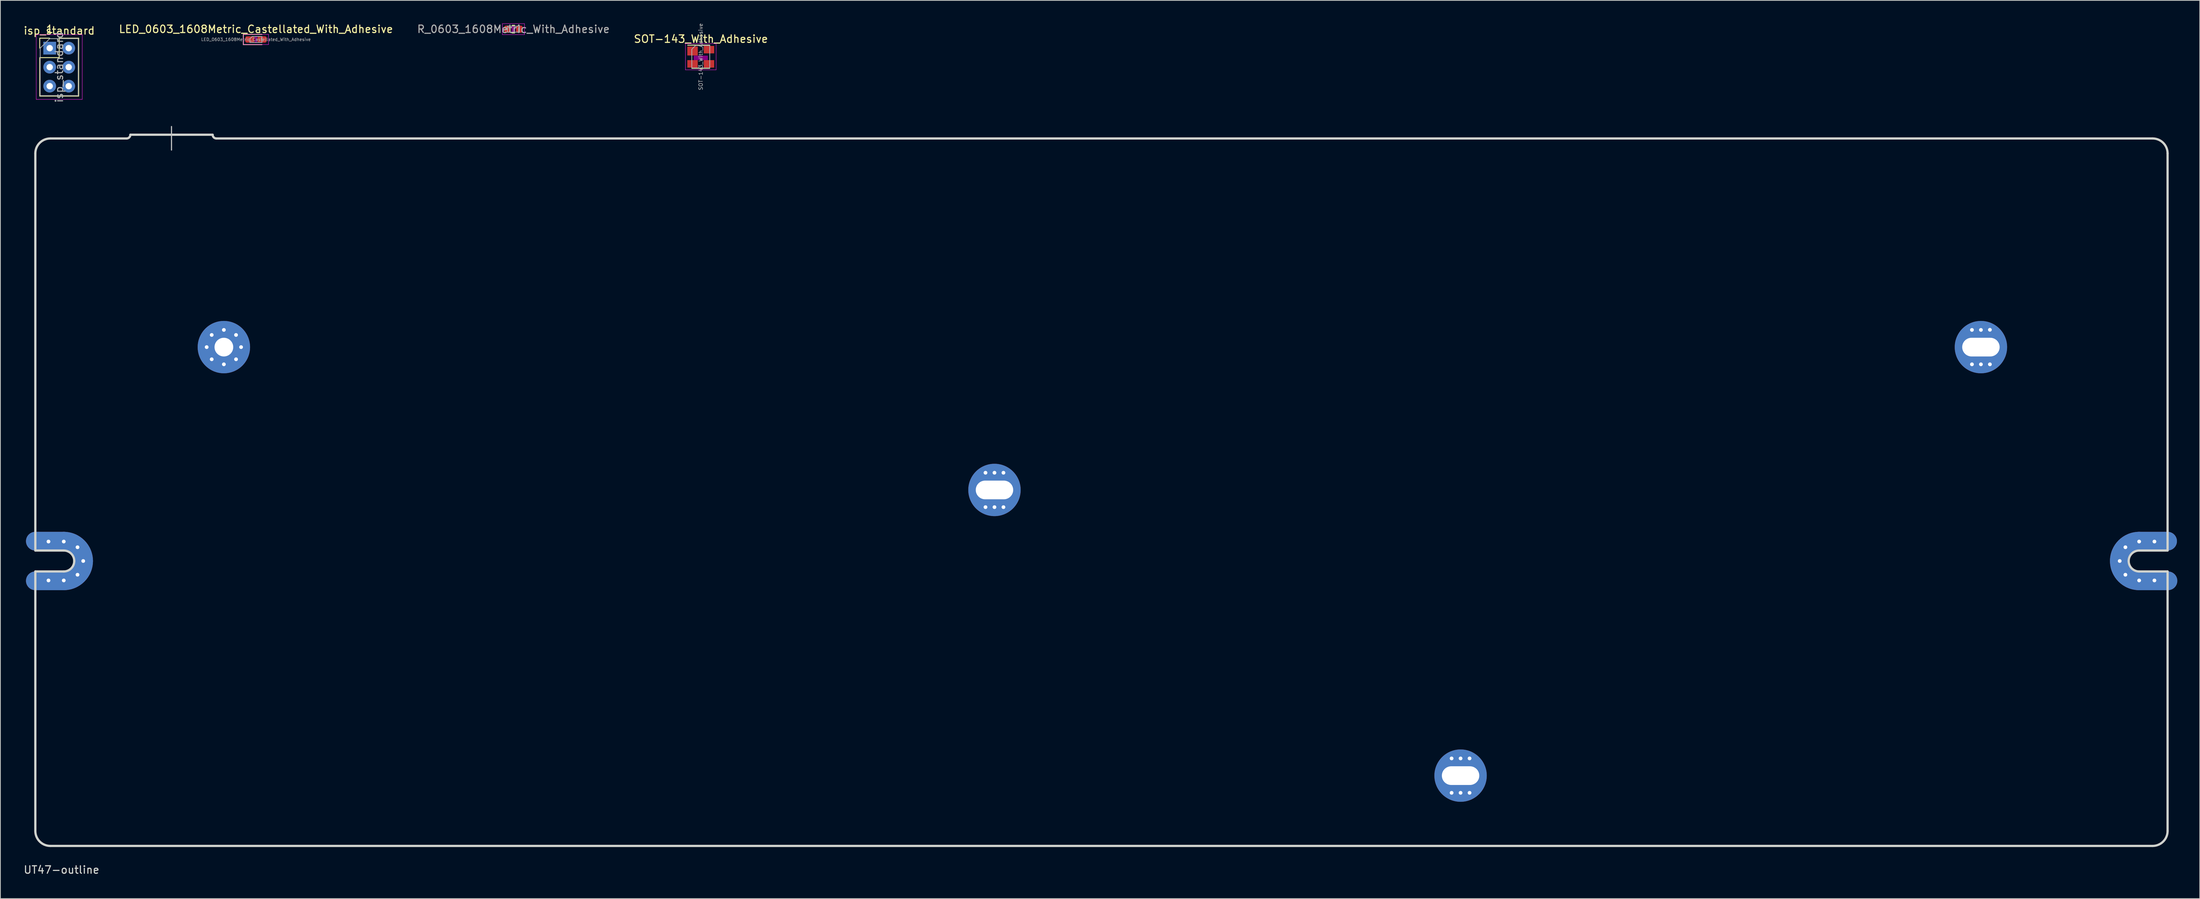
<source format=kicad_pcb>
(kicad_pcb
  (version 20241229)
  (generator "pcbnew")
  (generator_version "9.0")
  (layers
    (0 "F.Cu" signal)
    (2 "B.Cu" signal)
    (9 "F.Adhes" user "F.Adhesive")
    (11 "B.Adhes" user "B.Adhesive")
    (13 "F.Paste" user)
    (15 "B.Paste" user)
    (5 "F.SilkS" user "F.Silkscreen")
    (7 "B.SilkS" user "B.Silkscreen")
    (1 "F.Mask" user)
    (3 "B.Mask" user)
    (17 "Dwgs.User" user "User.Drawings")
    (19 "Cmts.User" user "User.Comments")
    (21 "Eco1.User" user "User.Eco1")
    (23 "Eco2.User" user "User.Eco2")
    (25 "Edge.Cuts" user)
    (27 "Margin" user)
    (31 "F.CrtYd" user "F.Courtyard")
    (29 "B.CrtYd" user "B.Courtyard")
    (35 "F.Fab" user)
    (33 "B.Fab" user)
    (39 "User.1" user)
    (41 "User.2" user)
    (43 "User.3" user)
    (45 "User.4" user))
  (footprint "SOT-143_With_Adhesive"
    (layer "F.Cu")
    (at 90.617 4.539)
    (property "Reference" "SOT-143_With_Adhesive" (at 0.02 -2.38 0) (layer "F.SilkS") (effects (font (size 1 1) (thickness 0.15))))
    (attr smd)
    (fp_line (start -1.2 1.55) (end 1.2 1.55) (stroke (width 0.12) (type solid)) (layer "F.SilkS"))
    (fp_line (start 1.2 -1.55) (end -1.75 -1.55) (stroke (width 0.12) (type solid)) (layer "F.SilkS"))
    (fp_poly (pts (xy -0.9 -0.1) (xy 0.9 -0.1) (xy 0.9 0.4) (xy -0.9 0.4)) (stroke (width 0.1) (type solid)) (fill yes) (layer "F.Adhes"))
    (fp_line (start -2.05 1.75) (end -2.05 -1.75) (stroke (width 0.05) (type solid)) (layer "F.CrtYd"))
    (fp_line (start -2.05 1.75) (end 2.05 1.75) (stroke (width 0.05) (type solid)) (layer "F.CrtYd"))
    (fp_line (start 2.05 -1.75) (end -2.05 -1.75) (stroke (width 0.05) (type solid)) (layer "F.CrtYd"))
    (fp_line (start 2.05 -1.75) (end 2.05 1.75) (stroke (width 0.05) (type solid)) (layer "F.CrtYd"))
    (fp_line (start -1.2 -1) (end -0.7 -1.5) (stroke (width 0.1) (type solid)) (layer "F.Fab"))
    (fp_line (start -1.2 1.5) (end -1.2 -1) (stroke (width 0.1) (type solid)) (layer "F.Fab"))
    (fp_line (start -0.7 -1.5) (end 1.2 -1.5) (stroke (width 0.1) (type solid)) (layer "F.Fab"))
    (fp_line (start 1.2 -1.5) (end 1.2 1.5) (stroke (width 0.1) (type solid)) (layer "F.Fab"))
    (fp_line (start 1.2 1.5) (end -1.2 1.5) (stroke (width 0.1) (type solid)) (layer "F.Fab"))
    (fp_text user "${REFERENCE}" (at 0 0 90) (layer "F.Fab") (effects (font (size 0.5 0.5) (thickness 0.075))))
    (pad "1" smd rect (at -1.1 -0.77 270) (size 1.2 1.4) (layers "F.Cu" "F.Mask" "F.Paste"))
    (pad "2" smd rect (at -1.1 0.95 270) (size 1 1.4) (layers "F.Cu" "F.Mask" "F.Paste"))
    (pad "3" smd rect (at 1.1 0.95 270) (size 1 1.4) (layers "F.Cu" "F.Mask" "F.Paste"))
    (pad "4" smd rect (at 1.1 -0.95 270) (size 1 1.4) (layers "F.Cu" "F.Mask" "F.Paste")))
  (footprint "isp_standard"
    (layer "F.Cu")
    (at 4.863 5.928)
    (property "Reference" "isp_standard" (at 0 -4.87 0) (layer "F.SilkS") (effects (font (size 1 1) (thickness 0.15))))
    (attr through_hole)
    (fp_line (start -2.6 -3.87) (end -1.27 -3.87) (stroke (width 0.12) (type solid)) (layer "F.SilkS"))
    (fp_line (start -2.6 -2.54) (end -2.6 -3.87) (stroke (width 0.12) (type solid)) (layer "F.SilkS"))
    (fp_line (start -2.6 -1.27) (end -2.6 3.87) (stroke (width 0.12) (type solid)) (layer "F.SilkS"))
    (fp_line (start -2.6 -1.27) (end 0 -1.27) (stroke (width 0.12) (type solid)) (layer "F.SilkS"))
    (fp_line (start -2.6 3.87) (end 2.6 3.87) (stroke (width 0.12) (type solid)) (layer "F.SilkS"))
    (fp_line (start 0 -3.87) (end 2.6 -3.87) (stroke (width 0.12) (type solid)) (layer "F.SilkS"))
    (fp_line (start 0 -1.27) (end 0 -3.87) (stroke (width 0.12) (type solid)) (layer "F.SilkS"))
    (fp_line (start 2.6 -3.87) (end 2.6 3.87) (stroke (width 0.12) (type solid)) (layer "F.SilkS"))
    (fp_line (start -3.07 -4.34) (end -3.07 4.31) (stroke (width 0.05) (type solid)) (layer "F.CrtYd"))
    (fp_line (start -3.07 4.31) (end 3.08 4.31) (stroke (width 0.05) (type solid)) (layer "F.CrtYd"))
    (fp_line (start 3.08 -4.34) (end -3.07 -4.34) (stroke (width 0.05) (type solid)) (layer "F.CrtYd"))
    (fp_line (start 3.08 4.31) (end 3.08 -4.34) (stroke (width 0.05) (type solid)) (layer "F.CrtYd"))
    (fp_line (start -2.54 -2.54) (end -1.27 -3.81) (stroke (width 0.1) (type solid)) (layer "F.Fab"))
    (fp_line (start -2.54 3.81) (end -2.54 -2.54) (stroke (width 0.1) (type solid)) (layer "F.Fab"))
    (fp_line (start -1.27 -3.81) (end 2.54 -3.81) (stroke (width 0.1) (type solid)) (layer "F.Fab"))
    (fp_line (start 2.54 -3.81) (end 2.54 3.81) (stroke (width 0.1) (type solid)) (layer "F.Fab"))
    (fp_line (start 2.54 3.81) (end -2.54 3.81) (stroke (width 0.1) (type solid)) (layer "F.Fab"))
    (fp_text user "1" (at -1.27 -5.08 0) (layer "F.SilkS") (effects (font (size 1 1) (thickness 0.15))))
    (fp_text user "${REFERENCE}" (at 0 0 90) (layer "F.Fab") (effects (font (size 1 1) (thickness 0.15))))
    (pad "1" thru_hole rect (at -1.27 -2.54) (size 1.7 1.7) (drill 0.85) (layers "*.Cu" "*.Mask"))
    (pad "2" thru_hole oval (at 1.27 -2.54) (size 1.7 1.7) (drill 0.85) (layers "*.Cu" "*.Mask"))
    (pad "3" thru_hole oval (at -1.27 0) (size 1.7 1.7) (drill 0.85) (layers "*.Cu" "*.Mask"))
    (pad "4" thru_hole oval (at 1.27 0) (size 1.7 1.7) (drill 0.85) (layers "*.Cu" "*.Mask"))
    (pad "5" thru_hole oval (at -1.27 2.54) (size 1.7 1.7) (drill 0.85) (layers "*.Cu" "*.Mask"))
    (pad "6" thru_hole oval (at 1.27 2.54) (size 1.7 1.7) (drill 0.85) (layers "*.Cu" "*.Mask")))
  (footprint "R_0603_1608Metric_With_Adhesive"
    (layer "F.Cu")
    (at 65.577 0.848)
    (property "Reference" "R_0603_1608Metric_With_Adhesive" (at 0 0 0) (layer "F.Fab") (effects (font (size 1 1) (thickness 0.15))))
    (attr smd)
    (fp_line (start -0.163 -0.51) (end 0.163 -0.51) (stroke (width 0.12) (type solid)) (layer "F.SilkS"))
    (fp_line (start -0.163 0.51) (end 0.163 0.51) (stroke (width 0.12) (type solid)) (layer "F.SilkS"))
    (fp_poly (pts (xy -0.2 -0.4) (xy 0.2 -0.4) (xy 0.2 0.4) (xy -0.2 0.4)) (stroke (width 0.1) (type solid)) (fill yes) (layer "F.Adhes"))
    (fp_line (start -1.48 -0.73) (end 1.48 -0.73) (stroke (width 0.05) (type solid)) (layer "F.CrtYd"))
    (fp_line (start -1.48 0.73) (end -1.48 -0.73) (stroke (width 0.05) (type solid)) (layer "F.CrtYd"))
    (fp_line (start 1.48 -0.73) (end 1.48 0.73) (stroke (width 0.05) (type solid)) (layer "F.CrtYd"))
    (fp_line (start 1.48 0.73) (end -1.48 0.73) (stroke (width 0.05) (type solid)) (layer "F.CrtYd"))
    (fp_line (start -0.8 -0.4) (end 0.8 -0.4) (stroke (width 0.1) (type solid)) (layer "F.Fab"))
    (fp_line (start -0.8 0.4) (end -0.8 -0.4) (stroke (width 0.1) (type solid)) (layer "F.Fab"))
    (fp_line (start 0.8 -0.4) (end 0.8 0.4) (stroke (width 0.1) (type solid)) (layer "F.Fab"))
    (fp_line (start 0.8 0.4) (end -0.8 0.4) (stroke (width 0.1) (type solid)) (layer "F.Fab"))
    (pad "1" smd roundrect (at -0.787 0) (size 0.875 0.95) (layers "F.Cu" "F.Mask" "F.Paste") (roundrect_rratio 0.25))
    (pad "2" smd roundrect (at 0.787 0) (size 0.875 0.95) (layers "F.Cu" "F.Mask" "F.Paste") (roundrect_rratio 0.25)))
  (footprint "LED_0603_1608Metric_Castellated_With_Adhesive"
    (layer "F.Cu")
    (at 31.161 2.228)
    (property "Reference" "LED_0603_1608Metric_Castellated_With_Adhesive" (at 0 -1.38 0) (layer "F.SilkS") (effects (font (size 1 1) (thickness 0.15))))
    (attr smd)
    (fp_line (start -1.685 -0.685) (end -1.685 0.685) (stroke (width 0.12) (type solid)) (layer "F.SilkS"))
    (fp_line (start -1.685 0.685) (end 0.8 0.685) (stroke (width 0.12) (type solid)) (layer "F.SilkS"))
    (fp_line (start 0.8 -0.685) (end -1.685 -0.685) (stroke (width 0.12) (type solid)) (layer "F.SilkS"))
    (fp_poly (pts (xy -0.1 -0.4) (xy 0.1 -0.4) (xy 0.1 0.4) (xy -0.1 0.4)) (stroke (width 0.1) (type solid)) (fill yes) (layer "F.Adhes"))
    (fp_line (start -1.68 -0.68) (end 1.68 -0.68) (stroke (width 0.05) (type solid)) (layer "F.CrtYd"))
    (fp_line (start -1.68 0.68) (end -1.68 -0.68) (stroke (width 0.05) (type solid)) (layer "F.CrtYd"))
    (fp_line (start 1.68 -0.68) (end 1.68 0.68) (stroke (width 0.05) (type solid)) (layer "F.CrtYd"))
    (fp_line (start 1.68 0.68) (end -1.68 0.68) (stroke (width 0.05) (type solid)) (layer "F.CrtYd"))
    (fp_line (start -0.8 -0.1) (end -0.8 0.4) (stroke (width 0.1) (type solid)) (layer "F.Fab"))
    (fp_line (start -0.8 0.4) (end 0.8 0.4) (stroke (width 0.1) (type solid)) (layer "F.Fab"))
    (fp_line (start -0.5 -0.4) (end -0.8 -0.1) (stroke (width 0.1) (type solid)) (layer "F.Fab"))
    (fp_line (start 0.8 -0.4) (end -0.5 -0.4) (stroke (width 0.1) (type solid)) (layer "F.Fab"))
    (fp_line (start 0.8 0.4) (end 0.8 -0.4) (stroke (width 0.1) (type solid)) (layer "F.Fab"))
    (fp_text user "${REFERENCE}" (at 0 0 0) (layer "F.Fab") (effects (font (size 0.4 0.4) (thickness 0.06))))
    (pad "1" smd roundrect (at -0.812 0) (size 1.225 0.85) (layers "F.Cu" "F.Mask" "F.Paste") (roundrect_rratio 0.25))
    (pad "2" smd roundrect (at 0.812 0) (size 1.225 0.85) (layers "F.Cu" "F.Mask" "F.Paste") (roundrect_rratio 0.25)))
  (footprint "UT47-outline"
    (layer "F.Cu")
    (at 144.173 62.766)
    (property "Reference" "UT47-outline" (at -139 50.5 0) (layer "Edge.Cuts") (effects (font (size 1 1) (thickness 0.15))))
    (attr through_hole)
    (fp_line (start -142.5 6.549) (end -138.7 6.549) (stroke (width 2.502) (type solid)) (layer "F.Cu"))
    (fp_line (start -142.5 11.851) (end -138.7 11.851) (stroke (width 2.502) (type solid)) (layer "F.Cu"))
    (fp_line (start 138.7 6.549) (end 142.5 6.549) (stroke (width 2.502) (type solid)) (layer "F.Cu"))
    (fp_line (start 138.7 11.851) (end 142.55 11.851) (stroke (width 2.502) (type solid)) (layer "F.Cu"))
    (fp_arc (start -138.7 6.54905) (mid -136.825495 7.325495) (end -136.04905 9.2) (stroke (width 2.5019) (type solid)) (layer "F.Cu"))
    (fp_arc (start -136.04905 9.2) (mid -136.825495 11.074505) (end -138.7 11.85095) (stroke (width 2.5019) (type solid)) (layer "F.Cu"))
    (fp_arc (start 136.04905 9.2) (mid 136.825495 7.325495) (end 138.7 6.54905) (stroke (width 2.5019) (type solid)) (layer "F.Cu"))
    (fp_arc (start 138.7 11.85095) (mid 136.825495 11.074505) (end 136.04905 9.2) (stroke (width 2.5019) (type solid)) (layer "F.Cu"))
    (fp_line (start -142.5 6.549) (end -138.7 6.549) (stroke (width 2.502) (type solid)) (layer "F.Mask"))
    (fp_line (start -142.5 11.851) (end -138.7 11.851) (stroke (width 2.502) (type solid)) (layer "F.Mask"))
    (fp_line (start 138.7 6.549) (end 142.5 6.549) (stroke (width 2.502) (type solid)) (layer "F.Mask"))
    (fp_line (start 138.7 11.851) (end 142.55 11.851) (stroke (width 2.502) (type solid)) (layer "F.Mask"))
    (fp_arc (start -138.7 6.54905) (mid -136.825495 7.325495) (end -136.04905 9.2) (stroke (width 2.5019) (type solid)) (layer "F.Mask"))
    (fp_arc (start -136.04905 9.2) (mid -136.825495 11.074505) (end -138.7 11.85095) (stroke (width 2.5019) (type solid)) (layer "F.Mask"))
    (fp_arc (start 136.04905 9.2) (mid 136.825495 7.325495) (end 138.7 6.54905) (stroke (width 2.5019) (type solid)) (layer "F.Mask"))
    (fp_arc (start 138.7 11.85095) (mid 136.825495 11.074505) (end 136.04905 9.2) (stroke (width 2.5019) (type solid)) (layer "F.Mask"))
    (fp_line (start -142.5 6.549) (end -138.7 6.549) (stroke (width 2.502) (type solid)) (layer "B.Cu"))
    (fp_line (start -142.5 11.851) (end -138.7 11.851) (stroke (width 2.502) (type solid)) (layer "B.Cu"))
    (fp_line (start 138.7 6.549) (end 142.5 6.549) (stroke (width 2.502) (type solid)) (layer "B.Cu"))
    (fp_line (start 138.7 11.851) (end 142.55 11.851) (stroke (width 2.502) (type solid)) (layer "B.Cu"))
    (fp_arc (start -138.7 6.54905) (mid -136.825495 7.325495) (end -136.04905 9.2) (stroke (width 2.5019) (type solid)) (layer "B.Cu"))
    (fp_arc (start -136.04905 9.2) (mid -136.825495 11.074505) (end -138.7 11.85095) (stroke (width 2.5019) (type solid)) (layer "B.Cu"))
    (fp_arc (start 136.04905 9.2) (mid 136.825495 7.325495) (end 138.7 6.54905) (stroke (width 2.5019) (type solid)) (layer "B.Cu"))
    (fp_arc (start 138.7 11.85095) (mid 136.825495 11.074505) (end 136.04905 9.2) (stroke (width 2.5019) (type solid)) (layer "B.Cu"))
    (fp_line (start -142.5 6.549) (end -138.7 6.549) (stroke (width 2.502) (type solid)) (layer "B.Mask"))
    (fp_line (start -142.5 11.851) (end -138.7 11.851) (stroke (width 2.502) (type solid)) (layer "B.Mask"))
    (fp_line (start 138.7 6.549) (end 142.5 6.549) (stroke (width 2.502) (type solid)) (layer "B.Mask"))
    (fp_line (start 138.7 11.851) (end 142.55 11.851) (stroke (width 2.502) (type solid)) (layer "B.Mask"))
    (fp_arc (start -138.7 6.54905) (mid -136.825495 7.325495) (end -136.04905 9.2) (stroke (width 2.5019) (type solid)) (layer "B.Mask"))
    (fp_arc (start -136.04905 9.2) (mid -136.825495 11.074505) (end -138.7 11.85095) (stroke (width 2.5019) (type solid)) (layer "B.Mask"))
    (fp_arc (start 136.04905 9.2) (mid 136.825495 7.325495) (end 138.7 6.54905) (stroke (width 2.5019) (type solid)) (layer "B.Mask"))
    (fp_arc (start 138.7 11.85095) (mid 136.825495 11.074505) (end 136.04905 9.2) (stroke (width 2.5019) (type solid)) (layer "B.Mask"))
    (fp_line (start -124.3 -48.9) (end -124.3 -45.75) (stroke (width 0.15) (type solid)) (layer "Dwgs.User"))
    (fp_line (start -142.5 7.8) (end -142.5 -45.3) (stroke (width 0.3) (type solid)) (layer "Edge.Cuts"))
    (fp_line (start -142.5 10.6) (end -138.7 10.6) (stroke (width 0.3) (type solid)) (layer "Edge.Cuts"))
    (fp_line (start -142.5 45.3) (end -142.5 10.6) (stroke (width 0.3) (type solid)) (layer "Edge.Cuts"))
    (fp_line (start -140.5 -47.3) (end -130.3 -47.3) (stroke (width 0.3) (type solid)) (layer "Edge.Cuts"))
    (fp_line (start -140.5 47.3) (end 140.5 47.3) (stroke (width 0.3) (type solid)) (layer "Edge.Cuts"))
    (fp_line (start -138.7 7.8) (end -142.5 7.8) (stroke (width 0.3) (type solid)) (layer "Edge.Cuts"))
    (fp_line (start -129.8 -47.8) (end -118.8 -47.8) (stroke (width 0.3) (type solid)) (layer "Edge.Cuts"))
    (fp_line (start 138.7 7.8) (end 142.5 7.8) (stroke (width 0.3) (type solid)) (layer "Edge.Cuts"))
    (fp_line (start 138.7 10.6) (end 142.5 10.6) (stroke (width 0.3) (type solid)) (layer "Edge.Cuts"))
    (fp_line (start 140.5 -47.3) (end -118.3 -47.3) (stroke (width 0.3) (type solid)) (layer "Edge.Cuts"))
    (fp_line (start 142.5 7.8) (end 142.5 -45.3) (stroke (width 0.3) (type solid)) (layer "Edge.Cuts"))
    (fp_line (start 142.5 10.6) (end 142.5 45.3) (stroke (width 0.3) (type solid)) (layer "Edge.Cuts"))
    (fp_arc (start -142.5 -45.3) (mid -141.914214 -46.714214) (end -140.5 -47.3) (stroke (width 0.3) (type solid)) (layer "Edge.Cuts"))
    (fp_arc (start -140.5 47.3) (mid -141.914214 46.714214) (end -142.5 45.3) (stroke (width 0.3) (type solid)) (layer "Edge.Cuts"))
    (fp_arc (start -138.7 7.8) (mid -137.710051 8.210051) (end -137.3 9.2) (stroke (width 0.3) (type solid)) (layer "Edge.Cuts"))
    (fp_arc (start -137.3 9.2) (mid -137.710051 10.189949) (end -138.7 10.6) (stroke (width 0.3) (type solid)) (layer "Edge.Cuts"))
    (fp_arc (start -129.8 -47.8) (mid -129.946447 -47.446447) (end -130.3 -47.3) (stroke (width 0.3) (type solid)) (layer "Edge.Cuts"))
    (fp_arc (start -118.3 -47.3) (mid -118.653553 -47.446447) (end -118.8 -47.8) (stroke (width 0.3) (type solid)) (layer "Edge.Cuts"))
    (fp_arc (start 137.3 9.2) (mid 137.710051 8.210051) (end 138.7 7.8) (stroke (width 0.3) (type solid)) (layer "Edge.Cuts"))
    (fp_arc (start 138.7 10.6) (mid 137.710051 10.189949) (end 137.3 9.2) (stroke (width 0.3) (type solid)) (layer "Edge.Cuts"))
    (fp_arc (start 140.5 -47.3) (mid 141.914214 -46.714214) (end 142.5 -45.3) (stroke (width 0.3) (type solid)) (layer "Edge.Cuts"))
    (fp_arc (start 142.5 45.3) (mid 141.914214 46.714214) (end 140.5 47.3) (stroke (width 0.3) (type solid)) (layer "Edge.Cuts"))
    (pad "1" thru_hole circle (at -140.742 6.6) (size 1 1) (drill 0.5) (layers "*.Cu" "*.Mask"))
    (pad "1" thru_hole circle (at -140.742 11.8) (size 1 1) (drill 0.5) (layers "*.Cu" "*.Mask"))
    (pad "1" thru_hole circle (at -138.7 6.6) (size 1 1) (drill 0.5) (layers "*.Cu" "*.Mask"))
    (pad "1" thru_hole circle (at -138.7 11.8) (size 1 1) (drill 0.5) (layers "*.Cu" "*.Mask"))
    (pad "1" thru_hole circle (at -136.862 7.362) (size 1 1) (drill 0.5) (layers "*.Cu" "*.Mask"))
    (pad "1" thru_hole circle (at -136.862 11.038) (size 1 1) (drill 0.5) (layers "*.Cu" "*.Mask"))
    (pad "1" thru_hole circle (at -136.1 9.2) (size 1 1) (drill 0.5) (layers "*.Cu" "*.Mask"))
    (pad "1" thru_hole circle (at -119.6 -19.4) (size 1 1) (drill 0.5) (layers "*.Cu" "*.Mask"))
    (pad "1" thru_hole circle (at -118.926 -21.026) (size 1 1) (drill 0.5) (layers "*.Cu" "*.Mask"))
    (pad "1" thru_hole circle (at -118.926 -17.774) (size 1 1) (drill 0.5) (layers "*.Cu" "*.Mask"))
    (pad "1" thru_hole circle (at -117.3 -21.7) (size 1 1) (drill 0.5) (layers "*.Cu" "*.Mask"))
    (pad "1" thru_hole circle (at -117.3 -19.4) (size 7.001 7.001) (drill 2.499) (layers "*.Cu" "*.Mask"))
    (pad "1" thru_hole circle (at -117.3 -17.1) (size 1 1) (drill 0.5) (layers "*.Cu" "*.Mask"))
    (pad "1" thru_hole circle (at -115.674 -21.026) (size 1 1) (drill 0.5) (layers "*.Cu" "*.Mask"))
    (pad "1" thru_hole circle (at -115.674 -17.774) (size 1 1) (drill 0.5) (layers "*.Cu" "*.Mask"))
    (pad "1" thru_hole circle (at -115 -19.4) (size 1 1) (drill 0.5) (layers "*.Cu" "*.Mask"))
    (pad "1" thru_hole circle (at -15.5 -2.6) (size 1 1) (drill 0.5) (layers "*.Cu" "*.Mask"))
    (pad "1" thru_hole circle (at -15.5 2) (size 1 1) (drill 0.5) (layers "*.Cu" "*.Mask"))
    (pad "1" thru_hole circle (at -14.3 -2.6) (size 1 1) (drill 0.5) (layers "*.Cu" "*.Mask"))
    (pad "1" thru_hole circle (at -14.3 -0.3) (size 7 7) (drill oval 5.001 2.499) (layers "*.Cu" "*.Mask"))
    (pad "1" thru_hole circle (at -14.3 2) (size 1 1) (drill 0.5) (layers "*.Cu" "*.Mask"))
    (pad "1" thru_hole circle (at -13.1 -2.6) (size 1 1) (drill 0.5) (layers "*.Cu" "*.Mask"))
    (pad "1" thru_hole circle (at -13.1 2) (size 1 1) (drill 0.5) (layers "*.Cu" "*.Mask"))
    (pad "1" thru_hole circle (at 46.8 35.6) (size 1 1) (drill 0.5) (layers "*.Cu" "*.Mask"))
    (pad "1" thru_hole circle (at 46.8 40.2) (size 1 1) (drill 0.5) (layers "*.Cu" "*.Mask"))
    (pad "1" thru_hole circle (at 48 35.6) (size 1 1) (drill 0.5) (layers "*.Cu" "*.Mask"))
    (pad "1" thru_hole circle (at 48 37.9) (size 7 7) (drill oval 5.001 2.499) (layers "*.Cu" "*.Mask"))
    (pad "1" thru_hole circle (at 48 40.2) (size 1 1) (drill 0.5) (layers "*.Cu" "*.Mask"))
    (pad "1" thru_hole circle (at 49.2 35.6) (size 1 1) (drill 0.5) (layers "*.Cu" "*.Mask"))
    (pad "1" thru_hole circle (at 49.2 40.2) (size 1 1) (drill 0.5) (layers "*.Cu" "*.Mask"))
    (pad "1" thru_hole circle (at 116.35 -21.7) (size 1 1) (drill 0.5) (layers "*.Cu" "*.Mask"))
    (pad "1" thru_hole circle (at 116.35 -17.1) (size 1 1) (drill 0.5) (layers "*.Cu" "*.Mask"))
    (pad "1" thru_hole circle (at 117.55 -21.7) (size 1 1) (drill 0.5) (layers "*.Cu" "*.Mask"))
    (pad "1" thru_hole circle (at 117.55 -19.4) (size 7 7) (drill oval 5.001 2.499) (layers "*.Cu" "*.Mask"))
    (pad "1" thru_hole circle (at 117.55 -17.1) (size 1 1) (drill 0.5) (layers "*.Cu" "*.Mask"))
    (pad "1" thru_hole circle (at 118.75 -21.717) (size 1 1) (drill 0.5) (layers "*.Cu" "*.Mask"))
    (pad "1" thru_hole circle (at 118.75 -17.1) (size 1 1) (drill 0.5) (layers "*.Cu" "*.Mask"))
    (pad "1" thru_hole circle (at 136.1 9.2) (size 1 1) (drill 0.5) (layers "*.Cu" "*.Mask"))
    (pad "1" thru_hole circle (at 136.862 7.362) (size 1 1) (drill 0.5) (layers "*.Cu" "*.Mask"))
    (pad "1" thru_hole circle (at 136.862 11.038) (size 1 1) (drill 0.5) (layers "*.Cu" "*.Mask"))
    (pad "1" thru_hole circle (at 138.7 6.6) (size 1 1) (drill 0.5) (layers "*.Cu" "*.Mask"))
    (pad "1" thru_hole circle (at 138.7 11.8) (size 1 1) (drill 0.5) (layers "*.Cu" "*.Mask"))
    (pad "1" thru_hole circle (at 140.742 6.6) (size 1 1) (drill 0.5) (layers "*.Cu" "*.Mask"))
    (pad "1" thru_hole circle (at 140.742 11.8) (size 1 1) (drill 0.5) (layers "*.Cu" "*.Mask")))
  (gr_rect
    (start -3 -3)
    (end 290.974 117.115)
    (stroke (width 0.1) (type default))
    (fill no)
    (layer "Edge.Cuts")))
</source>
